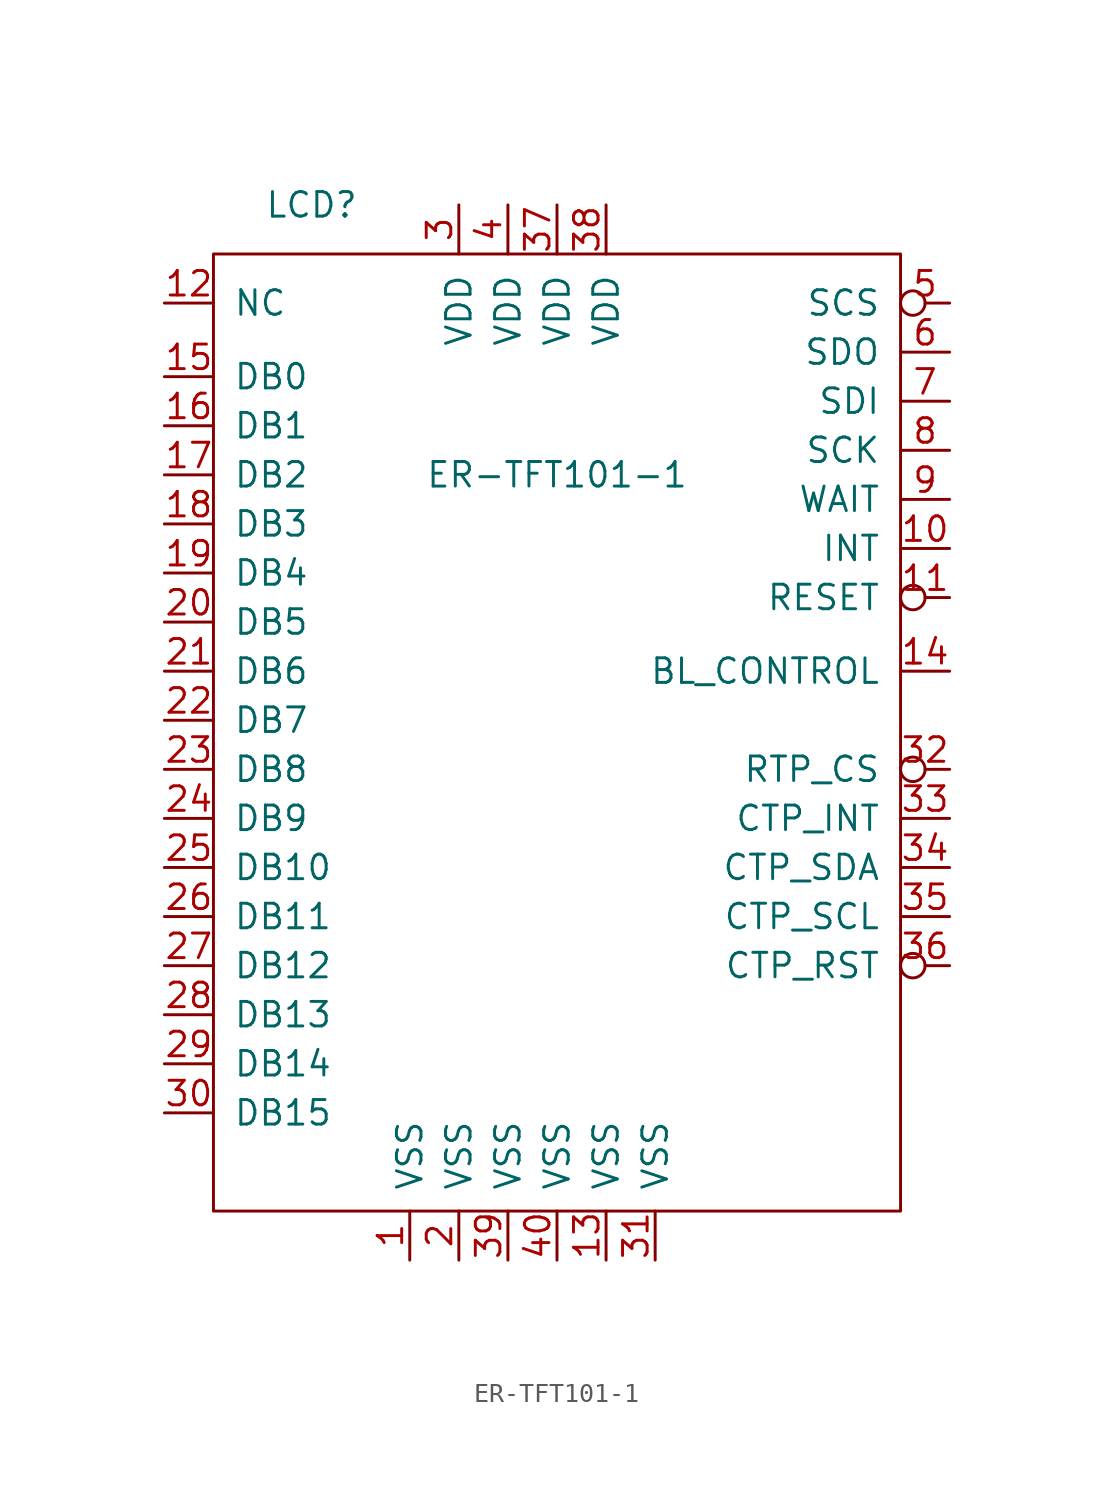
<source format=kicad_sym>
(kicad_symbol_lib
  (version 20220914)
  (generator kicad_symbol_editor)
  (symbol "ER-TFT101-1"
    (pin_names
      (offset 1.016))
    (property "Reference" "LCD"
      (at -24.13 12.7 0)
      (effects (font (size 1.27 1.27))))
    (property "Value" "ER-TFT101-1"
      (at -11.43 -1.27 0)
      (effects (font (size 1.27 1.27))))
    (symbol "ER-TFT101-1_0_1"
      (rectangle (start -29.21 -39.37) (end 6.35 10.16) (stroke (width 0) (type default)) (fill (type none))))
    (symbol "ER-TFT101-1_1_1"
      (pin power_in line (at -19.05 -41.91 90) (length 2.54) (name "VSS" (effects (font (size 1.27 1.27)))) (number "1" (effects (font (size 1.27 1.27)))))
      (pin output line (at 8.89 -5.08 180) (length 2.54) (name "INT" (effects (font (size 1.27 1.27)))) (number "10" (effects (font (size 1.27 1.27)))))
      (pin input inverted (at 8.89 -7.62 180) (length 2.54) (name "RESET" (effects (font (size 1.27 1.27)))) (number "11" (effects (font (size 1.27 1.27)))))
      (pin passive line (at -31.75 7.62 0) (length 2.54) (name "NC" (effects (font (size 1.27 1.27)))) (number "12" (effects (font (size 1.27 1.27)))))
      (pin power_in line (at -8.89 -41.91 90) (length 2.54) (name "VSS" (effects (font (size 1.27 1.27)))) (number "13" (effects (font (size 1.27 1.27)))))
      (pin input line (at 8.89 -11.43 180) (length 2.54) (name "BL_CONTROL" (effects (font (size 1.27 1.27)))) (number "14" (effects (font (size 1.27 1.27)))))
      (pin bidirectional line (at -31.75 3.81 0) (length 2.54) (name "DB0" (effects (font (size 1.27 1.27)))) (number "15" (effects (font (size 1.27 1.27)))))
      (pin bidirectional line (at -31.75 1.27 0) (length 2.54) (name "DB1" (effects (font (size 1.27 1.27)))) (number "16" (effects (font (size 1.27 1.27)))))
      (pin bidirectional line (at -31.75 -1.27 0) (length 2.54) (name "DB2" (effects (font (size 1.27 1.27)))) (number "17" (effects (font (size 1.27 1.27)))))
      (pin bidirectional line (at -31.75 -3.81 0) (length 2.54) (name "DB3" (effects (font (size 1.27 1.27)))) (number "18" (effects (font (size 1.27 1.27)))))
      (pin bidirectional line (at -31.75 -6.35 0) (length 2.54) (name "DB4" (effects (font (size 1.27 1.27)))) (number "19" (effects (font (size 1.27 1.27)))))
      (pin power_in line (at -16.51 -41.91 90) (length 2.54) (name "VSS" (effects (font (size 1.27 1.27)))) (number "2" (effects (font (size 1.27 1.27)))))
      (pin bidirectional line (at -31.75 -8.89 0) (length 2.54) (name "DB5" (effects (font (size 1.27 1.27)))) (number "20" (effects (font (size 1.27 1.27)))))
      (pin bidirectional line (at -31.75 -11.43 0) (length 2.54) (name "DB6" (effects (font (size 1.27 1.27)))) (number "21" (effects (font (size 1.27 1.27)))))
      (pin bidirectional line (at -31.75 -13.97 0) (length 2.54) (name "DB7" (effects (font (size 1.27 1.27)))) (number "22" (effects (font (size 1.27 1.27)))))
      (pin bidirectional line (at -31.75 -16.51 0) (length 2.54) (name "DB8" (effects (font (size 1.27 1.27)))) (number "23" (effects (font (size 1.27 1.27)))))
      (pin bidirectional line (at -31.75 -19.05 0) (length 2.54) (name "DB9" (effects (font (size 1.27 1.27)))) (number "24" (effects (font (size 1.27 1.27)))))
      (pin bidirectional line (at -31.75 -21.59 0) (length 2.54) (name "DB10" (effects (font (size 1.27 1.27)))) (number "25" (effects (font (size 1.27 1.27)))))
      (pin bidirectional line (at -31.75 -24.13 0) (length 2.54) (name "DB11" (effects (font (size 1.27 1.27)))) (number "26" (effects (font (size 1.27 1.27)))))
      (pin bidirectional line (at -31.75 -26.67 0) (length 2.54) (name "DB12" (effects (font (size 1.27 1.27)))) (number "27" (effects (font (size 1.27 1.27)))))
      (pin bidirectional line (at -31.75 -29.21 0) (length 2.54) (name "DB13" (effects (font (size 1.27 1.27)))) (number "28" (effects (font (size 1.27 1.27)))))
      (pin bidirectional line (at -31.75 -31.75 0) (length 2.54) (name "DB14" (effects (font (size 1.27 1.27)))) (number "29" (effects (font (size 1.27 1.27)))))
      (pin power_in line (at -16.51 12.7 270) (length 2.54) (name "VDD" (effects (font (size 1.27 1.27)))) (number "3" (effects (font (size 1.27 1.27)))))
      (pin bidirectional line (at -31.75 -34.29 0) (length 2.54) (name "DB15" (effects (font (size 1.27 1.27)))) (number "30" (effects (font (size 1.27 1.27)))))
      (pin power_in line (at -6.35 -41.91 90) (length 2.54) (name "VSS" (effects (font (size 1.27 1.27)))) (number "31" (effects (font (size 1.27 1.27)))))
      (pin input inverted (at 8.89 -16.51 180) (length 2.54) (name "RTP_CS" (effects (font (size 1.27 1.27)))) (number "32" (effects (font (size 1.27 1.27)))))
      (pin output line (at 8.89 -19.05 180) (length 2.54) (name "CTP_INT" (effects (font (size 1.27 1.27)))) (number "33" (effects (font (size 1.27 1.27)))))
      (pin bidirectional line (at 8.89 -21.59 180) (length 2.54) (name "CTP_SDA" (effects (font (size 1.27 1.27)))) (number "34" (effects (font (size 1.27 1.27)))))
      (pin bidirectional line (at 8.89 -24.13 180) (length 2.54) (name "CTP_SCL" (effects (font (size 1.27 1.27)))) (number "35" (effects (font (size 1.27 1.27)))))
      (pin input inverted (at 8.89 -26.67 180) (length 2.54) (name "CTP_RST" (effects (font (size 1.27 1.27)))) (number "36" (effects (font (size 1.27 1.27)))))
      (pin power_in line (at -11.43 12.7 270) (length 2.54) (name "VDD" (effects (font (size 1.27 1.27)))) (number "37" (effects (font (size 1.27 1.27)))))
      (pin power_in line (at -8.89 12.7 270) (length 2.54) (name "VDD" (effects (font (size 1.27 1.27)))) (number "38" (effects (font (size 1.27 1.27)))))
      (pin power_in line (at -13.97 -41.91 90) (length 2.54) (name "VSS" (effects (font (size 1.27 1.27)))) (number "39" (effects (font (size 1.27 1.27)))))
      (pin power_in line (at -13.97 12.7 270) (length 2.54) (name "VDD" (effects (font (size 1.27 1.27)))) (number "4" (effects (font (size 1.27 1.27)))))
      (pin power_in line (at -11.43 -41.91 90) (length 2.54) (name "VSS" (effects (font (size 1.27 1.27)))) (number "40" (effects (font (size 1.27 1.27)))))
      (pin input inverted (at 8.89 7.62 180) (length 2.54) (name "SCS" (effects (font (size 1.27 1.27)))) (number "5" (effects (font (size 1.27 1.27)))))
      (pin output line (at 8.89 5.08 180) (length 2.54) (name "SDO" (effects (font (size 1.27 1.27)))) (number "6" (effects (font (size 1.27 1.27)))))
      (pin input line (at 8.89 2.54 180) (length 2.54) (name "SDI" (effects (font (size 1.27 1.27)))) (number "7" (effects (font (size 1.27 1.27)))))
      (pin input line (at 8.89 0 180) (length 2.54) (name "SCK" (effects (font (size 1.27 1.27)))) (number "8" (effects (font (size 1.27 1.27)))))
      (pin output line (at 8.89 -2.54 180) (length 2.54) (name "WAIT" (effects (font (size 1.27 1.27)))) (number "9" (effects (font (size 1.27 1.27))))))))
</source>
